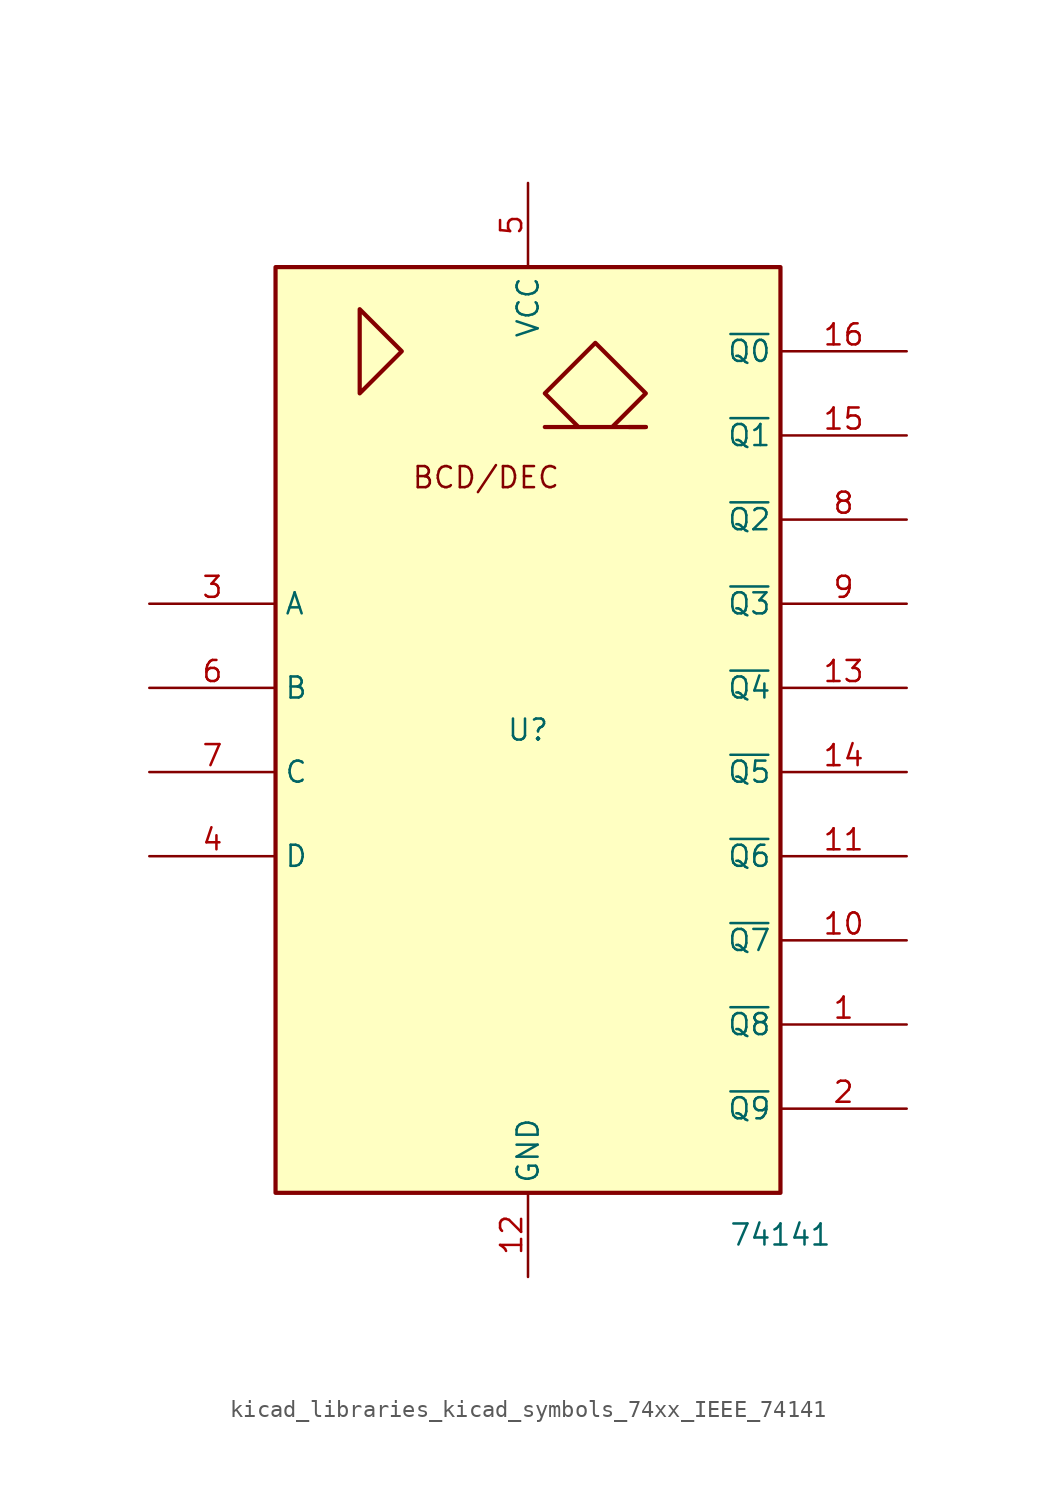
<source format=kicad_sym>
(kicad_symbol_lib
  (version 20220914)
  (generator kicad_symbol_editor)
  (symbol "kicad_libraries_kicad_symbols_74xx_IEEE_74141"
    (property "Reference" "U"
      (at 0 0 0)
      (effects (font (size 1.27 1.27))))
    (property "Value" "74141"
      (at 15.24 -30.48 0)
      (effects (font (size 1.27 1.27))))
    (symbol "kicad_libraries_kicad_symbols_74xx_IEEE_74141_0_0"
      (polyline (pts (xy 7.112 18.288) (xy 6.096 18.288) (xy 6.096 18.288)) (stroke (width 0.254) (type default)) (fill (type background)))
      (polyline (pts (xy -10.16 25.4) (xy -10.16 20.32) (xy -7.62 22.86) (xy -10.16 25.4) (xy -10.16 25.4)) (stroke (width 0.254) (type default)) (fill (type background)))
      (polyline (pts (xy 5.08 18.288) (xy 7.112 20.32) (xy 4.064 23.368) (xy 1.016 20.32) (xy 3.048 18.288) (xy 1.016 18.288) (xy 7.112 18.288)) (stroke (width 0.254) (type default)) (fill (type background)))
      (text "BCD/DEC" (at -2.54 15.24 0) (effects (font (size 1.27 1.27))))
      (pin power_in line (at 0 -33.02 90) (length 5.08) (name "GND" (effects (font (size 1.27 1.27)))) (number "12" (effects (font (size 1.27 1.27)))))
      (pin power_in line (at 0 33.02 270) (length 5.08) (name "VCC" (effects (font (size 1.27 1.27)))) (number "5" (effects (font (size 1.27 1.27))))))
    (symbol "kicad_libraries_kicad_symbols_74xx_IEEE_74141_0_1"
      (rectangle (start -15.24 27.94) (end 15.24 -27.94) (stroke (width 0.254) (type default)) (fill (type background))))
    (symbol "kicad_libraries_kicad_symbols_74xx_IEEE_74141_1_1"
      (pin open_collector line (at 22.86 -17.78 180) (length 7.62) (name "~{Q8}" (effects (font (size 1.27 1.27)))) (number "1" (effects (font (size 1.27 1.27)))))
      (pin open_collector line (at 22.86 -12.7 180) (length 7.62) (name "~{Q7}" (effects (font (size 1.27 1.27)))) (number "10" (effects (font (size 1.27 1.27)))))
      (pin open_collector line (at 22.86 -7.62 180) (length 7.62) (name "~{Q6}" (effects (font (size 1.27 1.27)))) (number "11" (effects (font (size 1.27 1.27)))))
      (pin open_collector line (at 22.86 2.54 180) (length 7.62) (name "~{Q4}" (effects (font (size 1.27 1.27)))) (number "13" (effects (font (size 1.27 1.27)))))
      (pin open_collector line (at 22.86 -2.54 180) (length 7.62) (name "~{Q5}" (effects (font (size 1.27 1.27)))) (number "14" (effects (font (size 1.27 1.27)))))
      (pin open_collector line (at 22.86 17.78 180) (length 7.62) (name "~{Q1}" (effects (font (size 1.27 1.27)))) (number "15" (effects (font (size 1.27 1.27)))))
      (pin open_collector line (at 22.86 22.86 180) (length 7.62) (name "~{Q0}" (effects (font (size 1.27 1.27)))) (number "16" (effects (font (size 1.27 1.27)))))
      (pin open_collector line (at 22.86 -22.86 180) (length 7.62) (name "~{Q9}" (effects (font (size 1.27 1.27)))) (number "2" (effects (font (size 1.27 1.27)))))
      (pin input line (at -22.86 7.62 0) (length 7.62) (name "A" (effects (font (size 1.27 1.27)))) (number "3" (effects (font (size 1.27 1.27)))))
      (pin input line (at -22.86 -7.62 0) (length 7.62) (name "D" (effects (font (size 1.27 1.27)))) (number "4" (effects (font (size 1.27 1.27)))))
      (pin input line (at -22.86 2.54 0) (length 7.62) (name "B" (effects (font (size 1.27 1.27)))) (number "6" (effects (font (size 1.27 1.27)))))
      (pin input line (at -22.86 -2.54 0) (length 7.62) (name "C" (effects (font (size 1.27 1.27)))) (number "7" (effects (font (size 1.27 1.27)))))
      (pin open_collector line (at 22.86 12.7 180) (length 7.62) (name "~{Q2}" (effects (font (size 1.27 1.27)))) (number "8" (effects (font (size 1.27 1.27)))))
      (pin open_collector line (at 22.86 7.62 180) (length 7.62) (name "~{Q3}" (effects (font (size 1.27 1.27)))) (number "9" (effects (font (size 1.27 1.27))))))))
</source>
